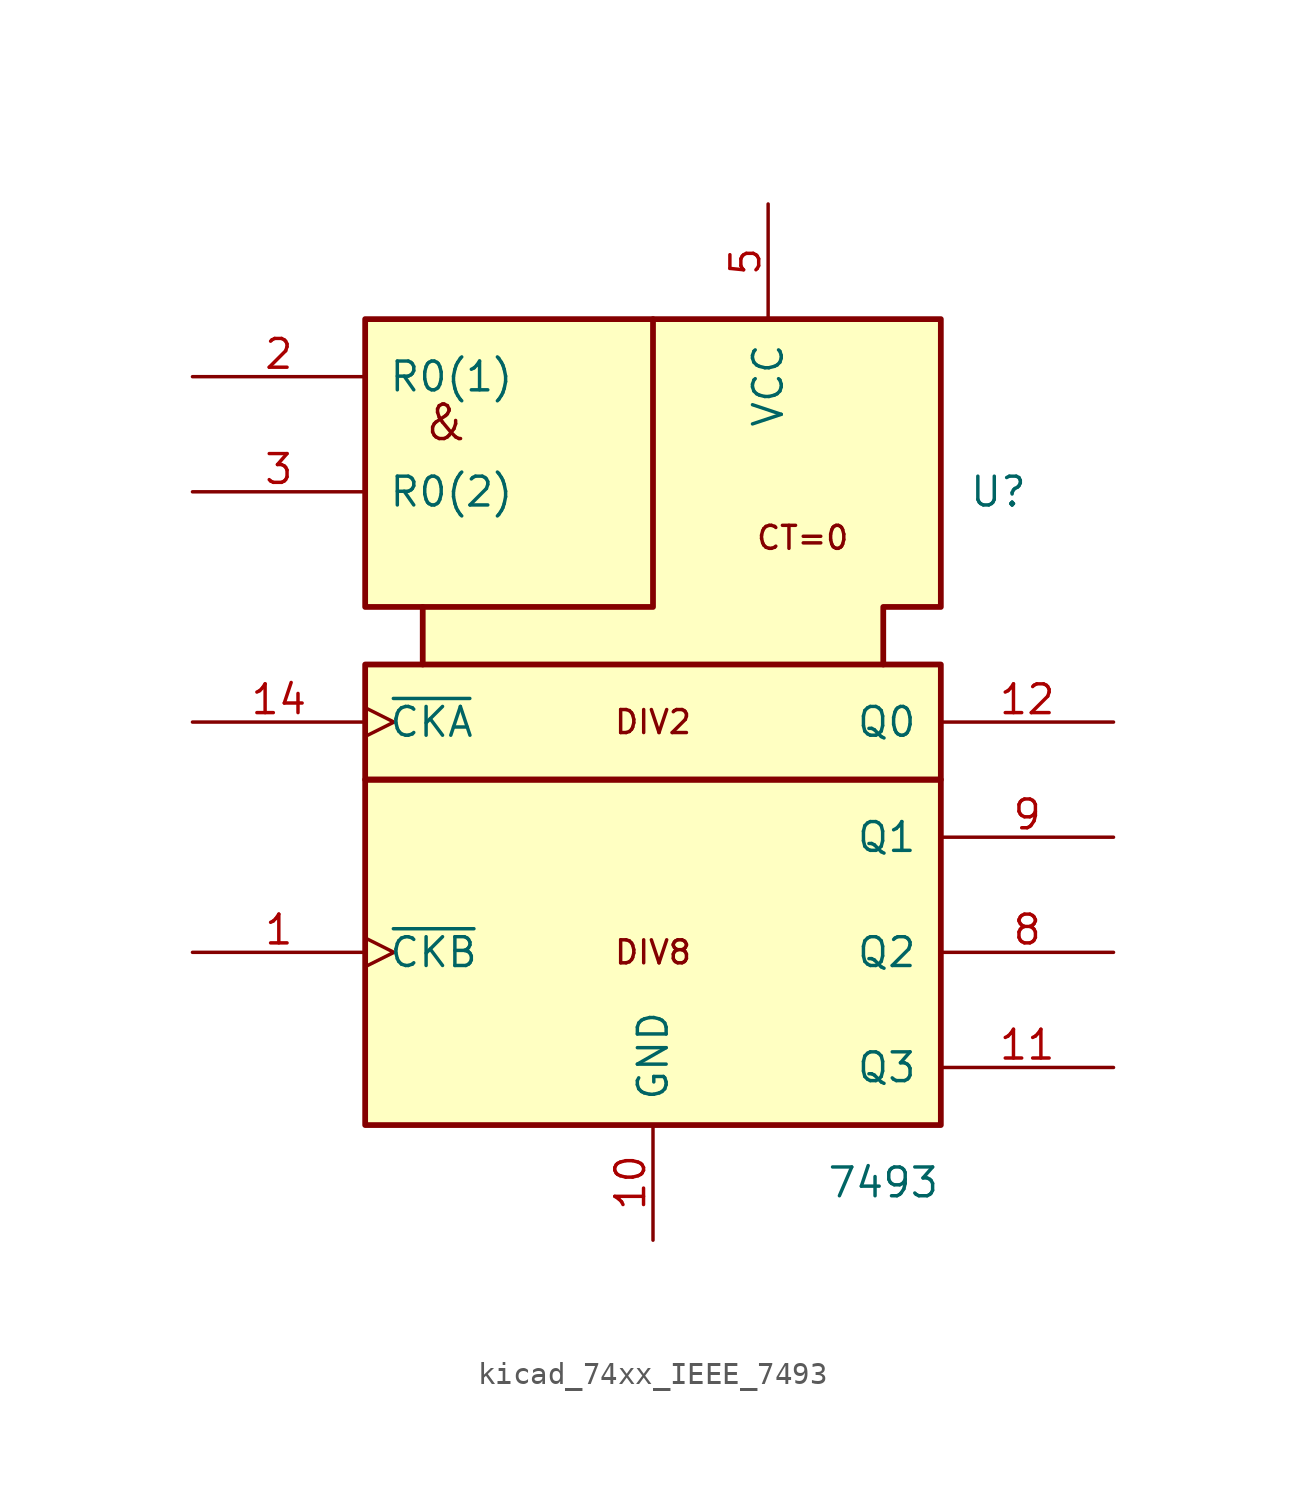
<source format=kicad_sym>
(kicad_symbol_lib
  (version 20220914)
  (generator kicad_symbol_editor)
  (symbol "kicad_74xx_IEEE_7493"
    (pin_names
      (offset 1.016))
    (property "Reference" "U"
      (at 15.24 10.16 0)
      (effects (font (size 1.27 1.27))))
    (property "Value" "7493"
      (at 10.16 -20.32 0)
      (effects (font (size 1.27 1.27))))
    (symbol "kicad_74xx_IEEE_7493_0_0"
      (rectangle (start -12.7 -2.54) (end 12.7 -17.78) (stroke (width 0.254) (type default)) (fill (type background)))
      (rectangle (start -12.7 2.54) (end 12.7 -2.54) (stroke (width 0.254) (type default)) (fill (type background)))
      (polyline (pts (xy 0 17.78) (xy 0 5.08) (xy -10.16 5.08) (xy -10.16 5.08)) (stroke (width 0.254) (type default)) (fill (type background)))
      (polyline (pts (xy -10.16 2.54) (xy -10.16 5.08) (xy -12.7 5.08) (xy -12.7 17.78) (xy 12.7 17.78) (xy 12.7 5.08) (xy 10.16 5.08) (xy 10.16 2.54) (xy 10.16 2.54)) (stroke (width 0.254) (type default)) (fill (type background)))
      (text "&" (at -9.144 13.208 0) (effects (font (size 1.524 1.524))))
      (text "CT=0" (at 6.604 8.128 0) (effects (font (size 1.016 1.016))))
      (text "DIV2" (at 0 0 0) (effects (font (size 1.016 1.016))))
      (text "DIV8" (at 0 -10.16 0) (effects (font (size 1.016 1.016))))
      (pin power_in line (at 0 -22.86 90) (length 5.08) (name "GND" (effects (font (size 1.27 1.27)))) (number "10" (effects (font (size 1.27 1.27)))))
      (pin power_in line (at 5.08 22.86 270) (length 5.08) (name "VCC" (effects (font (size 1.27 1.27)))) (number "5" (effects (font (size 1.27 1.27))))))
    (symbol "kicad_74xx_IEEE_7493_1_1"
      (pin input clock (at -20.32 -10.16 0) (length 7.62) (name "~{CKB}" (effects (font (size 1.27 1.27)))) (number "1" (effects (font (size 1.27 1.27)))))
      (pin output line (at 20.32 -15.24 180) (length 7.62) (name "Q3" (effects (font (size 1.27 1.27)))) (number "11" (effects (font (size 1.27 1.27)))))
      (pin output line (at 20.32 0 180) (length 7.62) (name "Q0" (effects (font (size 1.27 1.27)))) (number "12" (effects (font (size 1.27 1.27)))))
      (pin input clock (at -20.32 0 0) (length 7.62) (name "~{CKA}" (effects (font (size 1.27 1.27)))) (number "14" (effects (font (size 1.27 1.27)))))
      (pin input line (at -20.32 15.24 0) (length 7.62) (name "R0(1)" (effects (font (size 1.27 1.27)))) (number "2" (effects (font (size 1.27 1.27)))))
      (pin input line (at -20.32 10.16 0) (length 7.62) (name "R0(2)" (effects (font (size 1.27 1.27)))) (number "3" (effects (font (size 1.27 1.27)))))
      (pin output line (at 20.32 -10.16 180) (length 7.62) (name "Q2" (effects (font (size 1.27 1.27)))) (number "8" (effects (font (size 1.27 1.27)))))
      (pin output line (at 20.32 -5.08 180) (length 7.62) (name "Q1" (effects (font (size 1.27 1.27)))) (number "9" (effects (font (size 1.27 1.27))))))))
</source>
